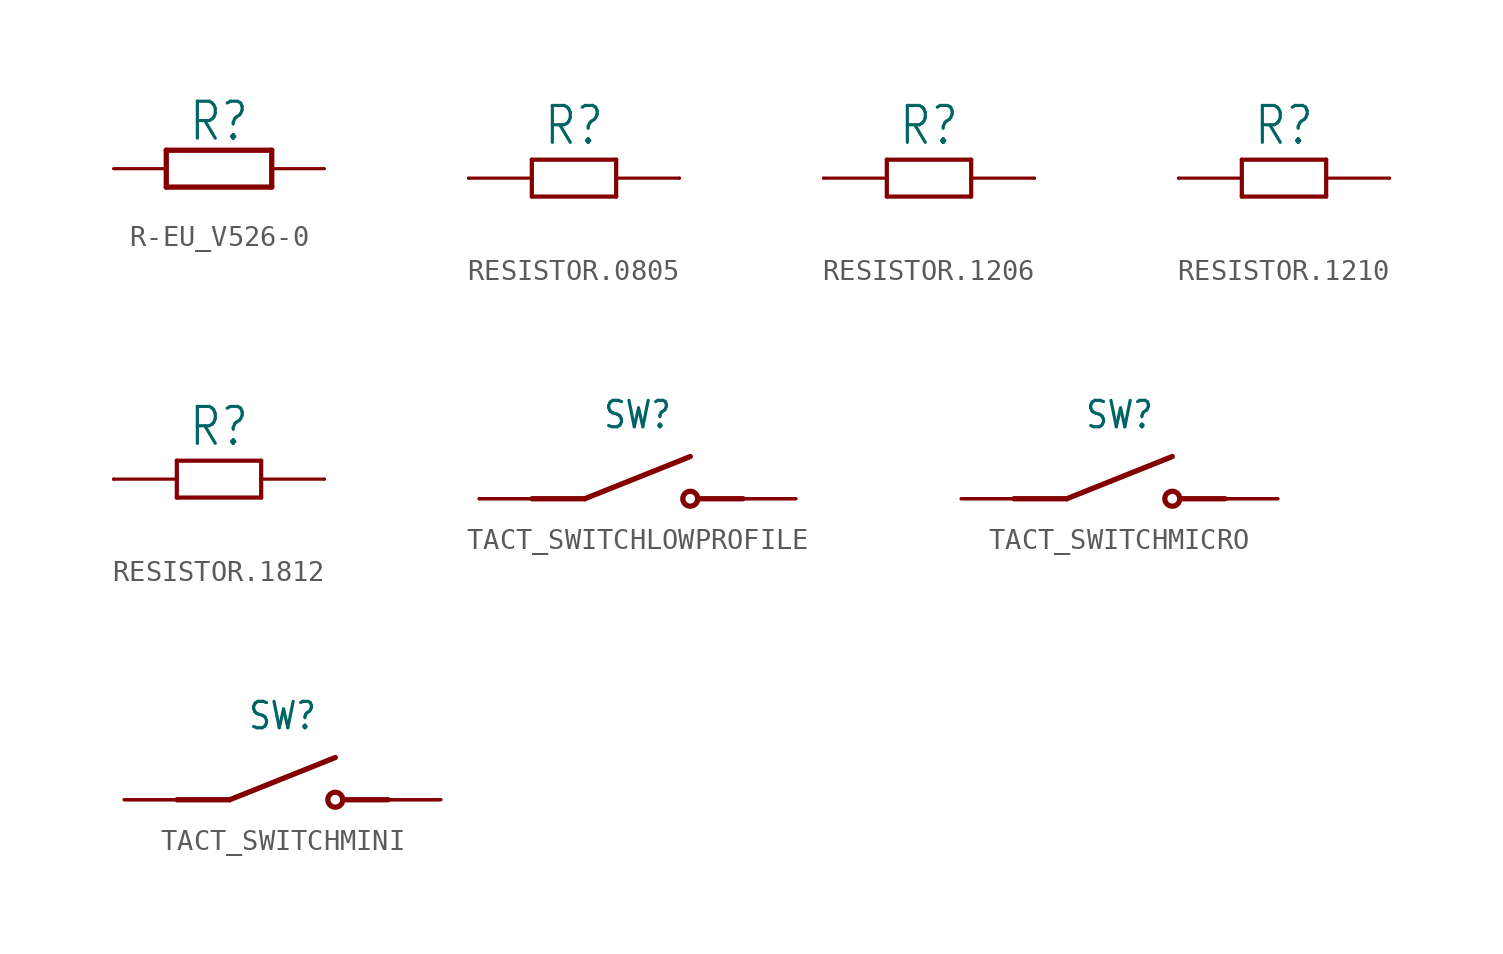
<source format=kicad_sym>
(kicad_symbol_lib
  (version 20220914)
  (generator kicad_symbol_editor)
  (symbol "R-EU_V526-0"
    (property "Reference" "R"
      (at 0 1.245 0)
      (effects (font (size 1.778 1.511)) (justify bottom)))
    (property "Value" ""
      (at 0 -1.27 0)
      (effects (font (size 1.778 1.511)) (justify top)))
    (property "ki_locked" ""
      (at 0 0 0)
      (effects (font (size 1.27 1.27))))
    (symbol "R-EU_V526-0_1_0"
      (polyline (pts (xy -2.54 -0.889) (xy -2.54 0.889)) (stroke (width 0.254) (type solid)) (fill (type none)))
      (polyline (pts (xy -2.54 -0.889) (xy 2.54 -0.889)) (stroke (width 0.254) (type solid)) (fill (type none)))
      (polyline (pts (xy 2.54 -0.889) (xy 2.54 0.889)) (stroke (width 0.254) (type solid)) (fill (type none)))
      (polyline (pts (xy 2.54 0.889) (xy -2.54 0.889)) (stroke (width 0.254) (type solid)) (fill (type none)))
      (pin passive line (at -5.08 0 0) (length 2.54) (name "1" (effects (font (size 0 0)))) (number "1" (effects (font (size 0 0)))))
      (pin passive line (at 5.08 0 180) (length 2.54) (name "2" (effects (font (size 0 0)))) (number "2" (effects (font (size 0 0)))))))
  (symbol "RESISTOR.0805"
    (property "Reference" "R"
      (at 0 2.54 0)
      (effects (font (size 1.778 1.511))))
    (property "Value" ""
      (at 0 -2.54 0)
      (effects (font (size 1.778 1.511))))
    (property "ki_locked" ""
      (at 0 0 0)
      (effects (font (size 1.27 1.27))))
    (symbol "RESISTOR.0805_1_0"
      (polyline (pts (xy -5.08 0) (xy -2.032 0)) (stroke (width 0.152) (type solid)) (fill (type none)))
      (polyline (pts (xy -2.032 -0.889) (xy -2.032 0)) (stroke (width 0.203) (type solid)) (fill (type none)))
      (polyline (pts (xy -2.032 0) (xy -2.032 0.889)) (stroke (width 0.203) (type solid)) (fill (type none)))
      (polyline (pts (xy -2.032 0.889) (xy 2.032 0.889)) (stroke (width 0.203) (type solid)) (fill (type none)))
      (polyline (pts (xy 2.032 -0.889) (xy -2.032 -0.889)) (stroke (width 0.203) (type solid)) (fill (type none)))
      (polyline (pts (xy 2.032 0) (xy 2.032 -0.889)) (stroke (width 0.203) (type solid)) (fill (type none)))
      (polyline (pts (xy 2.032 0) (xy 5.08 0)) (stroke (width 0.152) (type solid)) (fill (type none)))
      (polyline (pts (xy 2.032 0.889) (xy 2.032 0)) (stroke (width 0.203) (type solid)) (fill (type none)))
      (pin bidirectional line (at -5.08 0 0) (length 0) (name "1" (effects (font (size 0 0)))) (number "1" (effects (font (size 0 0)))))
      (pin bidirectional line (at 5.08 0 180) (length 0) (name "2" (effects (font (size 0 0)))) (number "2" (effects (font (size 0 0)))))))
  (symbol "RESISTOR.1206"
    (property "Reference" "R"
      (at 0 2.54 0)
      (effects (font (size 1.778 1.511))))
    (property "Value" ""
      (at 0 -2.54 0)
      (effects (font (size 1.778 1.511))))
    (property "ki_locked" ""
      (at 0 0 0)
      (effects (font (size 1.27 1.27))))
    (symbol "RESISTOR.1206_1_0"
      (polyline (pts (xy -5.08 0) (xy -2.032 0)) (stroke (width 0.152) (type solid)) (fill (type none)))
      (polyline (pts (xy -2.032 -0.889) (xy -2.032 0)) (stroke (width 0.203) (type solid)) (fill (type none)))
      (polyline (pts (xy -2.032 0) (xy -2.032 0.889)) (stroke (width 0.203) (type solid)) (fill (type none)))
      (polyline (pts (xy -2.032 0.889) (xy 2.032 0.889)) (stroke (width 0.203) (type solid)) (fill (type none)))
      (polyline (pts (xy 2.032 -0.889) (xy -2.032 -0.889)) (stroke (width 0.203) (type solid)) (fill (type none)))
      (polyline (pts (xy 2.032 0) (xy 2.032 -0.889)) (stroke (width 0.203) (type solid)) (fill (type none)))
      (polyline (pts (xy 2.032 0) (xy 5.08 0)) (stroke (width 0.152) (type solid)) (fill (type none)))
      (polyline (pts (xy 2.032 0.889) (xy 2.032 0)) (stroke (width 0.203) (type solid)) (fill (type none)))
      (pin bidirectional line (at -5.08 0 0) (length 0) (name "1" (effects (font (size 0 0)))) (number "1" (effects (font (size 0 0)))))
      (pin bidirectional line (at 5.08 0 180) (length 0) (name "2" (effects (font (size 0 0)))) (number "2" (effects (font (size 0 0)))))))
  (symbol "RESISTOR.1210"
    (property "Reference" "R"
      (at 0 2.54 0)
      (effects (font (size 1.778 1.511))))
    (property "Value" ""
      (at 0 -2.54 0)
      (effects (font (size 1.778 1.511))))
    (property "ki_locked" ""
      (at 0 0 0)
      (effects (font (size 1.27 1.27))))
    (symbol "RESISTOR.1210_1_0"
      (polyline (pts (xy -5.08 0) (xy -2.032 0)) (stroke (width 0.152) (type solid)) (fill (type none)))
      (polyline (pts (xy -2.032 -0.889) (xy -2.032 0)) (stroke (width 0.203) (type solid)) (fill (type none)))
      (polyline (pts (xy -2.032 0) (xy -2.032 0.889)) (stroke (width 0.203) (type solid)) (fill (type none)))
      (polyline (pts (xy -2.032 0.889) (xy 2.032 0.889)) (stroke (width 0.203) (type solid)) (fill (type none)))
      (polyline (pts (xy 2.032 -0.889) (xy -2.032 -0.889)) (stroke (width 0.203) (type solid)) (fill (type none)))
      (polyline (pts (xy 2.032 0) (xy 2.032 -0.889)) (stroke (width 0.203) (type solid)) (fill (type none)))
      (polyline (pts (xy 2.032 0) (xy 5.08 0)) (stroke (width 0.152) (type solid)) (fill (type none)))
      (polyline (pts (xy 2.032 0.889) (xy 2.032 0)) (stroke (width 0.203) (type solid)) (fill (type none)))
      (pin bidirectional line (at -5.08 0 0) (length 0) (name "1" (effects (font (size 0 0)))) (number "1" (effects (font (size 0 0)))))
      (pin bidirectional line (at 5.08 0 180) (length 0) (name "2" (effects (font (size 0 0)))) (number "2" (effects (font (size 0 0)))))))
  (symbol "RESISTOR.1812"
    (property "Reference" "R"
      (at 0 2.54 0)
      (effects (font (size 1.778 1.511))))
    (property "Value" ""
      (at 0 -2.54 0)
      (effects (font (size 1.778 1.511))))
    (property "ki_locked" ""
      (at 0 0 0)
      (effects (font (size 1.27 1.27))))
    (symbol "RESISTOR.1812_1_0"
      (polyline (pts (xy -5.08 0) (xy -2.032 0)) (stroke (width 0.152) (type solid)) (fill (type none)))
      (polyline (pts (xy -2.032 -0.889) (xy -2.032 0)) (stroke (width 0.203) (type solid)) (fill (type none)))
      (polyline (pts (xy -2.032 0) (xy -2.032 0.889)) (stroke (width 0.203) (type solid)) (fill (type none)))
      (polyline (pts (xy -2.032 0.889) (xy 2.032 0.889)) (stroke (width 0.203) (type solid)) (fill (type none)))
      (polyline (pts (xy 2.032 -0.889) (xy -2.032 -0.889)) (stroke (width 0.203) (type solid)) (fill (type none)))
      (polyline (pts (xy 2.032 0) (xy 2.032 -0.889)) (stroke (width 0.203) (type solid)) (fill (type none)))
      (polyline (pts (xy 2.032 0) (xy 5.08 0)) (stroke (width 0.152) (type solid)) (fill (type none)))
      (polyline (pts (xy 2.032 0.889) (xy 2.032 0)) (stroke (width 0.203) (type solid)) (fill (type none)))
      (pin bidirectional line (at -5.08 0 0) (length 0) (name "1" (effects (font (size 0 0)))) (number "1" (effects (font (size 0 0)))))
      (pin bidirectional line (at 5.08 0 180) (length 0) (name "2" (effects (font (size 0 0)))) (number "2" (effects (font (size 0 0)))))))
  (symbol "TACT_SWITCHLOWPROFILE"
    (property "Reference" "SW"
      (at 0 3.302 0)
      (effects (font (size 1.27 1.079)) (justify bottom)))
    (property "ki_locked" ""
      (at 0 0 0)
      (effects (font (size 1.27 1.27))))
    (symbol "TACT_SWITCHLOWPROFILE_1_0"
      (polyline (pts (xy -5.08 0) (xy -2.54 0)) (stroke (width 0.254) (type solid)) (fill (type none)))
      (polyline (pts (xy -2.54 0) (xy 2.54 2.032)) (stroke (width 0.254) (type solid)) (fill (type none)))
      (polyline (pts (xy 3.048 0) (xy 5.08 0)) (stroke (width 0.254) (type solid)) (fill (type none)))
      (circle (center 2.54 0) (radius 0.359) (stroke (width 0.254) (type solid)) (fill (type none)))
      (pin bidirectional line (at -7.62 0 0) (length 2.54) (name "1" (effects (font (size 0 0)))) (number "1" (effects (font (size 0 0)))))
      (pin bidirectional line (at -7.62 0 0) (length 2.54) (name "1" (effects (font (size 0 0)))) (number "2" (effects (font (size 0 0)))))
      (pin bidirectional line (at 7.62 0 180) (length 2.54) (name "2" (effects (font (size 0 0)))) (number "3" (effects (font (size 0 0)))))
      (pin bidirectional line (at 7.62 0 180) (length 2.54) (name "2" (effects (font (size 0 0)))) (number "4" (effects (font (size 0 0)))))))
  (symbol "TACT_SWITCHMICRO"
    (property "Reference" "SW"
      (at 0 3.302 0)
      (effects (font (size 1.27 1.079)) (justify bottom)))
    (property "ki_locked" ""
      (at 0 0 0)
      (effects (font (size 1.27 1.27))))
    (symbol "TACT_SWITCHMICRO_1_0"
      (polyline (pts (xy -5.08 0) (xy -2.54 0)) (stroke (width 0.254) (type solid)) (fill (type none)))
      (polyline (pts (xy -2.54 0) (xy 2.54 2.032)) (stroke (width 0.254) (type solid)) (fill (type none)))
      (polyline (pts (xy 3.048 0) (xy 5.08 0)) (stroke (width 0.254) (type solid)) (fill (type none)))
      (circle (center 2.54 0) (radius 0.359) (stroke (width 0.254) (type solid)) (fill (type none)))
      (pin bidirectional line (at -7.62 0 0) (length 2.54) (name "1" (effects (font (size 0 0)))) (number "1" (effects (font (size 0 0)))))
      (pin bidirectional line (at -7.62 0 0) (length 2.54) (name "1" (effects (font (size 0 0)))) (number "2" (effects (font (size 0 0)))))
      (pin bidirectional line (at 7.62 0 180) (length 2.54) (name "2" (effects (font (size 0 0)))) (number "3" (effects (font (size 0 0)))))
      (pin bidirectional line (at 7.62 0 180) (length 2.54) (name "2" (effects (font (size 0 0)))) (number "4" (effects (font (size 0 0)))))))
  (symbol "TACT_SWITCHMINI"
    (property "Reference" "SW"
      (at 0 3.302 0)
      (effects (font (size 1.27 1.079)) (justify bottom)))
    (property "ki_locked" ""
      (at 0 0 0)
      (effects (font (size 1.27 1.27))))
    (symbol "TACT_SWITCHMINI_1_0"
      (polyline (pts (xy -5.08 0) (xy -2.54 0)) (stroke (width 0.254) (type solid)) (fill (type none)))
      (polyline (pts (xy -2.54 0) (xy 2.54 2.032)) (stroke (width 0.254) (type solid)) (fill (type none)))
      (polyline (pts (xy 3.048 0) (xy 5.08 0)) (stroke (width 0.254) (type solid)) (fill (type none)))
      (circle (center 2.54 0) (radius 0.359) (stroke (width 0.254) (type solid)) (fill (type none)))
      (pin bidirectional line (at -7.62 0 0) (length 2.54) (name "1" (effects (font (size 0 0)))) (number "1A" (effects (font (size 0 0)))))
      (pin bidirectional line (at -7.62 0 0) (length 2.54) (name "1" (effects (font (size 0 0)))) (number "1B" (effects (font (size 0 0)))))
      (pin bidirectional line (at 7.62 0 180) (length 2.54) (name "2" (effects (font (size 0 0)))) (number "2A" (effects (font (size 0 0)))))
      (pin bidirectional line (at 7.62 0 180) (length 2.54) (name "2" (effects (font (size 0 0)))) (number "2B" (effects (font (size 0 0))))))))
</source>
